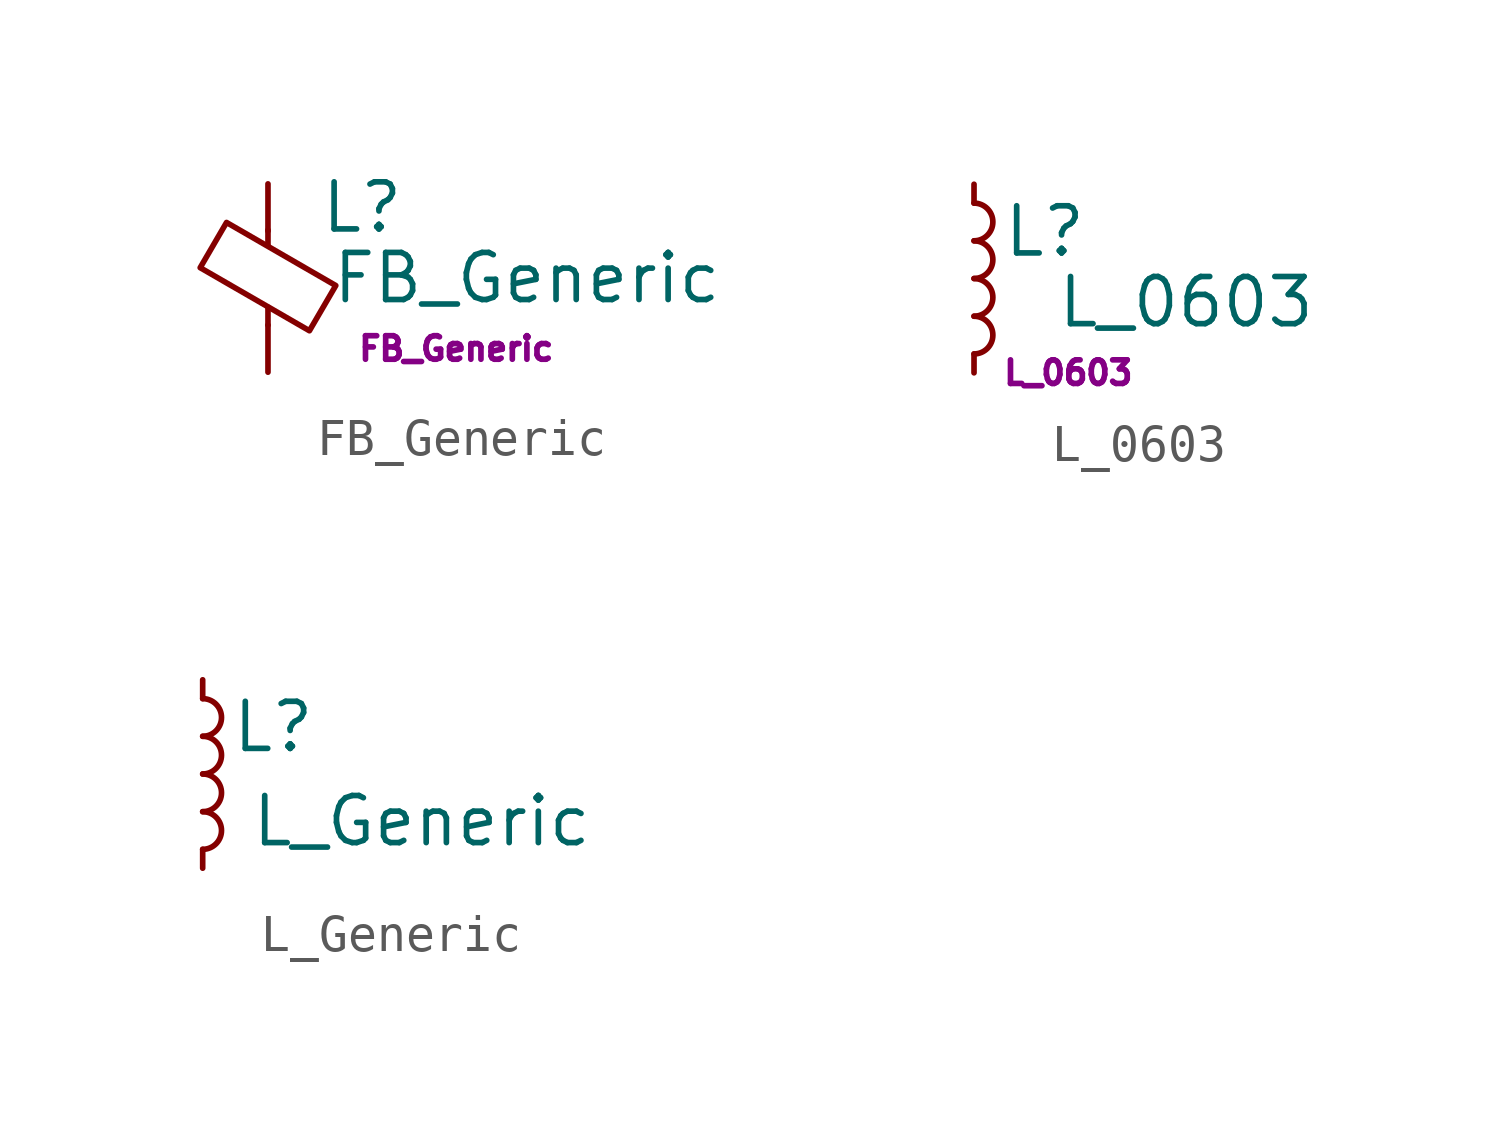
<source format=kicad_sym>
(kicad_symbol_lib
  (version 20220914)
  (generator kicad_symbol_editor)
  (symbol "FB_Generic"
    (pin_numbers hide)
    (pin_names
      (offset 1.016) hide)
    (property "Reference" "L"
      (at 2.54 1.905 0)
      (effects (font (size 1.27 1.27))))
    (property "Value" "FB_Generic"
      (at 6.985 0 0)
      (effects (font (size 1.27 1.27))))
    (property "Size" "FB_Generic"
      (at 5.08 -1.905 0)
      (effects (font (size 0.635 0.635))))
    (symbol "FB_Generic_0_1"
      (polyline (pts (xy 0 -1.27) (xy 0 -0.787)) (stroke (width 0) (type default)) (fill (type none)))
      (polyline (pts (xy 0 0.889) (xy 0 1.295)) (stroke (width 0) (type default)) (fill (type none)))
      (polyline (pts (xy -1.829 0.279) (xy -1.118 1.499) (xy 1.829 -0.203) (xy 1.118 -1.422) (xy -1.829 0.279)) (stroke (width 0) (type default)) (fill (type none))))
    (symbol "FB_Generic_1_1"
      (pin passive line (at 0 2.54 270) (length 1.27) (name "~" (effects (font (size 1.27 1.27)))) (number "1" (effects (font (size 1.27 1.27)))))
      (pin passive line (at 0 -2.54 90) (length 1.27) (name "~" (effects (font (size 1.27 1.27)))) (number "2" (effects (font (size 1.27 1.27)))))))
  (symbol "L_0603"
    (pin_numbers hide)
    (pin_names hide)
    (property "Reference" "L"
      (at 1.905 1.27 0)
      (effects (font (size 1.27 1.27))))
    (property "Value" "L_0603"
      (at 5.715 -0.635 0)
      (effects (font (size 1.27 1.27))))
    (property "Size" "L_0603"
      (at 2.54 -2.54 0)
      (effects (font (size 0.635 0.635))))
    (symbol "L_0603_0_1"
      (arc (start 0 -2.032) (mid 0.5058 -1.524) (end 0 -1.016) (stroke (width 0) (type default)) (fill (type none)))
      (arc (start 0 -1.016) (mid 0.5058 -0.508) (end 0 0) (stroke (width 0) (type default)) (fill (type none)))
      (arc (start 0 0) (mid 0.5058 0.508) (end 0 1.016) (stroke (width 0) (type default)) (fill (type none)))
      (arc (start 0 1.016) (mid 0.5058 1.524) (end 0 2.032) (stroke (width 0) (type default)) (fill (type none))))
    (symbol "L_0603_1_1"
      (pin passive line (at 0 2.54 270) (length 0.508) (name "~" (effects (font (size 1.27 1.27)))) (number "1" (effects (font (size 1.27 1.27)))))
      (pin passive line (at 0 -2.54 90) (length 0.508) (name "~" (effects (font (size 1.27 1.27)))) (number "2" (effects (font (size 1.27 1.27)))))))
  (symbol "L_Generic"
    (pin_numbers hide)
    (pin_names hide)
    (property "Reference" "L"
      (at 1.905 1.27 0)
      (effects (font (size 1.27 1.27))))
    (property "Value" "L_Generic"
      (at 1.27 -1.27 0)
      (effects (font (size 1.27 1.27)) (justify left)))
    (symbol "L_Generic_0_1"
      (arc (start 0 -2.032) (mid 0.5058 -1.524) (end 0 -1.016) (stroke (width 0) (type default)) (fill (type none)))
      (arc (start 0 -1.016) (mid 0.5058 -0.508) (end 0 0) (stroke (width 0) (type default)) (fill (type none)))
      (arc (start 0 0) (mid 0.5058 0.508) (end 0 1.016) (stroke (width 0) (type default)) (fill (type none)))
      (arc (start 0 1.016) (mid 0.5058 1.524) (end 0 2.032) (stroke (width 0) (type default)) (fill (type none))))
    (symbol "L_Generic_1_1"
      (pin passive line (at 0 2.54 270) (length 0.508) (name "~" (effects (font (size 1.27 1.27)))) (number "1" (effects (font (size 1.27 1.27)))))
      (pin passive line (at 0 -2.54 90) (length 0.508) (name "~" (effects (font (size 1.27 1.27)))) (number "2" (effects (font (size 1.27 1.27))))))))
</source>
